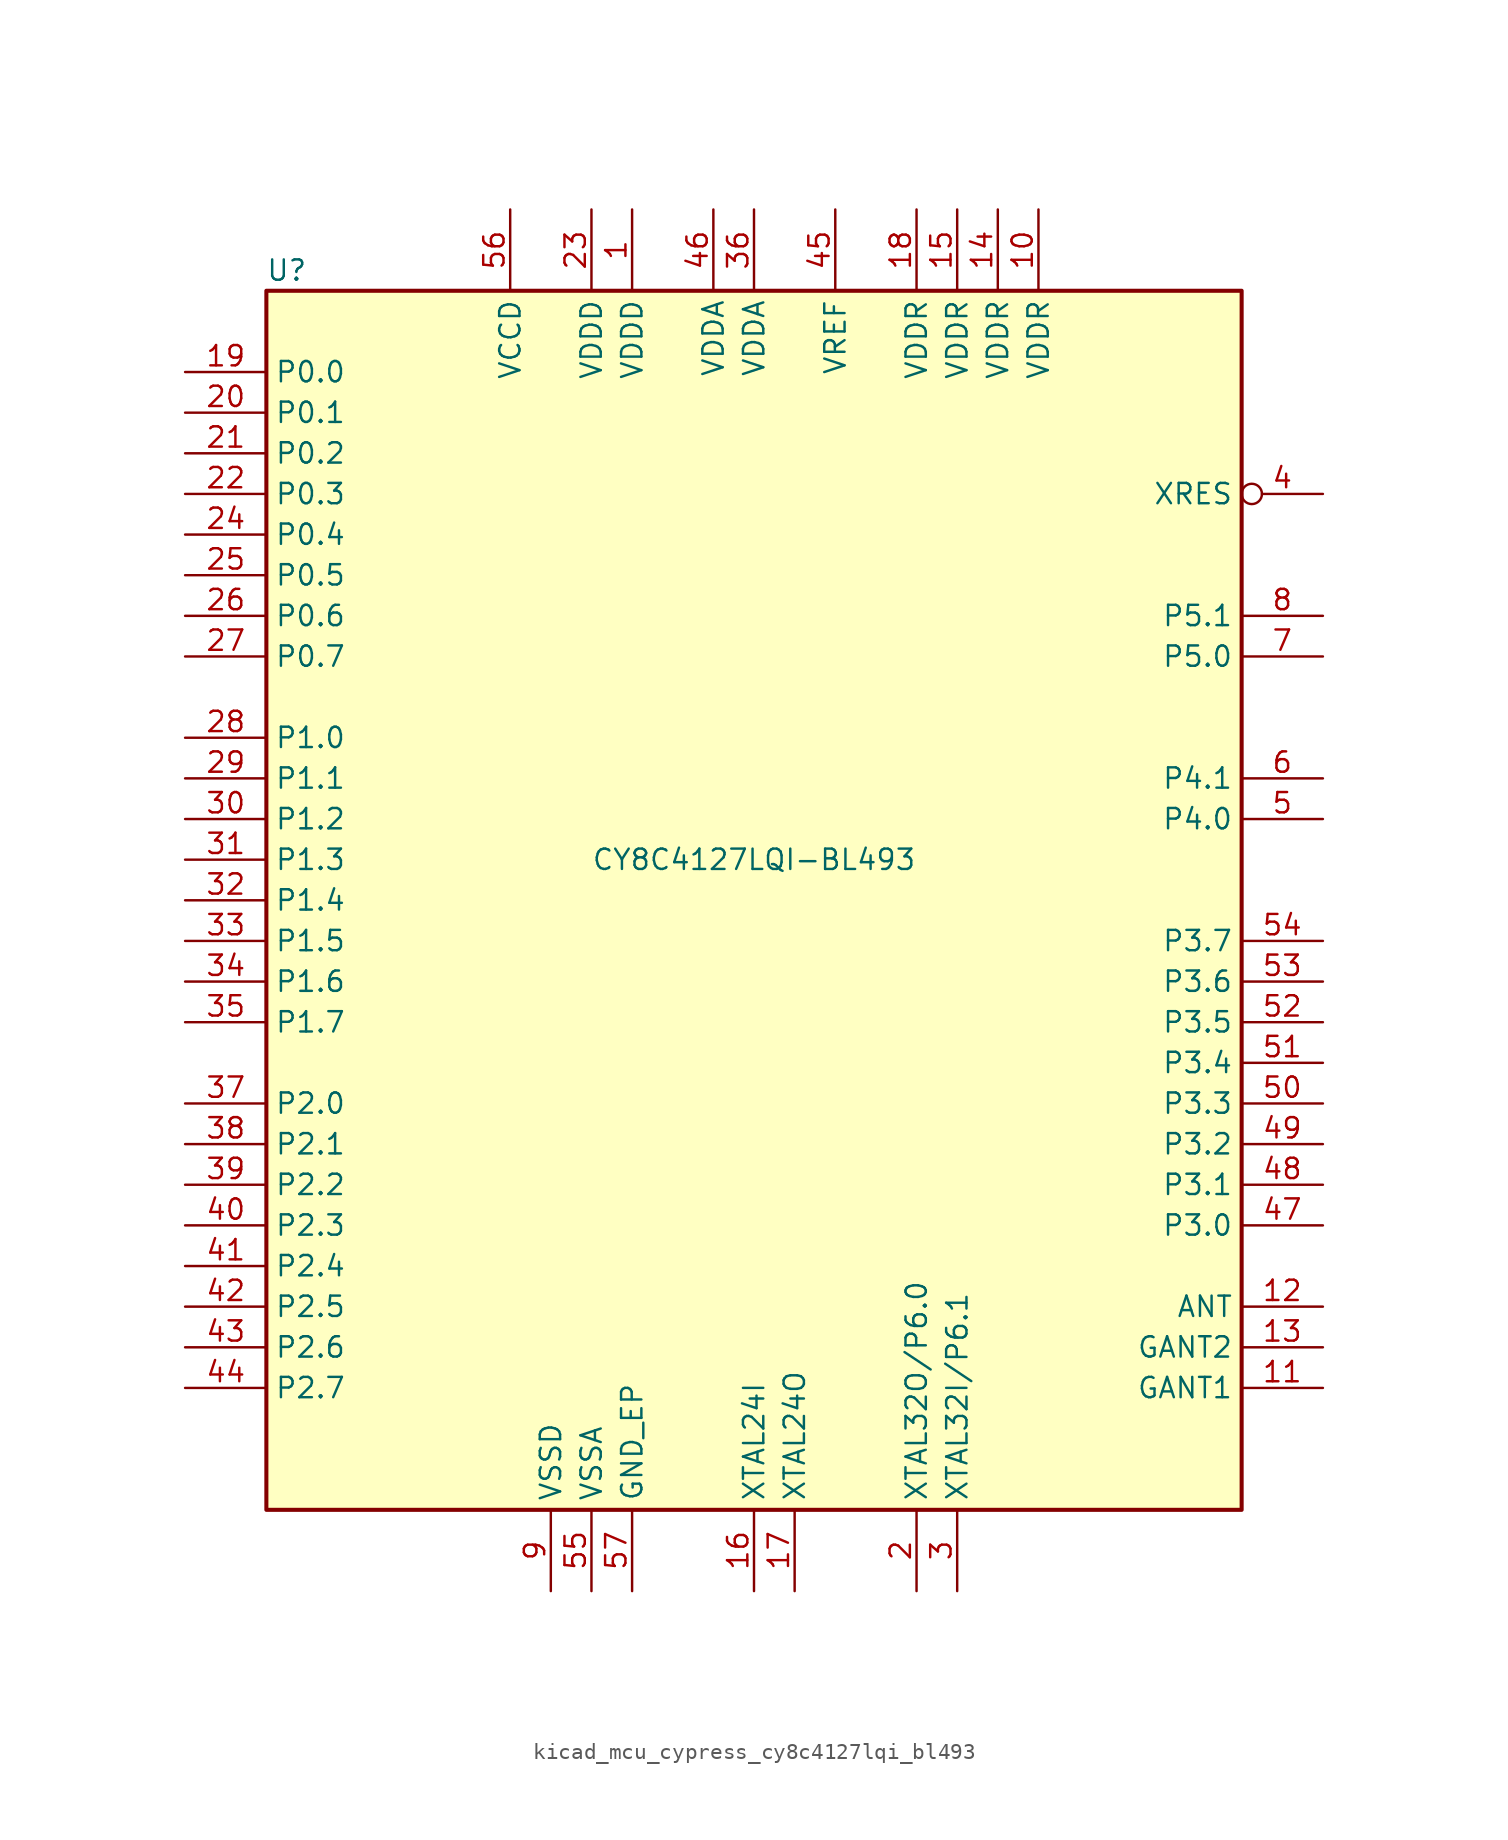
<source format=kicad_sym>
(kicad_symbol_lib
  (version 20220914)
  (generator kicad_symbol_editor)
  (symbol "kicad_mcu_cypress_cy8c4127lqi_bl493"
    (property "Reference" "U"
      (at -29.21 39.37 0)
      (effects (font (size 1.27 1.27))))
    (property "Value" "CY8C4127LQI-BL493"
      (at 0 2.54 0)
      (effects (font (size 1.27 1.27))))
    (symbol "kicad_mcu_cypress_cy8c4127lqi_bl493_1_0"
      (rectangle (start -30.48 -38.1) (end 30.48 38.1) (stroke (width 0.254) (type default)) (fill (type background))))
    (symbol "kicad_mcu_cypress_cy8c4127lqi_bl493_1_1"
      (pin power_in line (at -7.62 43.18 270) (length 5.08) (name "VDDD" (effects (font (size 1.27 1.27)))) (number "1" (effects (font (size 1.27 1.27)))))
      (pin power_in line (at 17.78 43.18 270) (length 5.08) (name "VDDR" (effects (font (size 1.27 1.27)))) (number "10" (effects (font (size 1.27 1.27)))))
      (pin power_in line (at 35.56 -30.48 180) (length 5.08) (name "GANT1" (effects (font (size 1.27 1.27)))) (number "11" (effects (font (size 1.27 1.27)))))
      (pin output line (at 35.56 -25.4 180) (length 5.08) (name "ANT" (effects (font (size 1.27 1.27)))) (number "12" (effects (font (size 1.27 1.27)))))
      (pin power_in line (at 35.56 -27.94 180) (length 5.08) (name "GANT2" (effects (font (size 1.27 1.27)))) (number "13" (effects (font (size 1.27 1.27)))))
      (pin power_in line (at 15.24 43.18 270) (length 5.08) (name "VDDR" (effects (font (size 1.27 1.27)))) (number "14" (effects (font (size 1.27 1.27)))))
      (pin power_in line (at 12.7 43.18 270) (length 5.08) (name "VDDR" (effects (font (size 1.27 1.27)))) (number "15" (effects (font (size 1.27 1.27)))))
      (pin input line (at 0 -43.18 90) (length 5.08) (name "XTAL24I" (effects (font (size 1.27 1.27)))) (number "16" (effects (font (size 1.27 1.27)))))
      (pin output line (at 2.54 -43.18 90) (length 5.08) (name "XTAL24O" (effects (font (size 1.27 1.27)))) (number "17" (effects (font (size 1.27 1.27)))))
      (pin power_in line (at 10.16 43.18 270) (length 5.08) (name "VDDR" (effects (font (size 1.27 1.27)))) (number "18" (effects (font (size 1.27 1.27)))))
      (pin bidirectional line (at -35.56 33.02 0) (length 5.08) (name "P0.0" (effects (font (size 1.27 1.27)))) (number "19" (effects (font (size 1.27 1.27)))))
      (pin bidirectional line (at 10.16 -43.18 90) (length 5.08) (name "XTAL32O/P6.0" (effects (font (size 1.27 1.27)))) (number "2" (effects (font (size 1.27 1.27)))))
      (pin bidirectional line (at -35.56 30.48 0) (length 5.08) (name "P0.1" (effects (font (size 1.27 1.27)))) (number "20" (effects (font (size 1.27 1.27)))))
      (pin bidirectional line (at -35.56 27.94 0) (length 5.08) (name "P0.2" (effects (font (size 1.27 1.27)))) (number "21" (effects (font (size 1.27 1.27)))))
      (pin bidirectional line (at -35.56 25.4 0) (length 5.08) (name "P0.3" (effects (font (size 1.27 1.27)))) (number "22" (effects (font (size 1.27 1.27)))))
      (pin power_in line (at -10.16 43.18 270) (length 5.08) (name "VDDD" (effects (font (size 1.27 1.27)))) (number "23" (effects (font (size 1.27 1.27)))))
      (pin bidirectional line (at -35.56 22.86 0) (length 5.08) (name "P0.4" (effects (font (size 1.27 1.27)))) (number "24" (effects (font (size 1.27 1.27)))))
      (pin bidirectional line (at -35.56 20.32 0) (length 5.08) (name "P0.5" (effects (font (size 1.27 1.27)))) (number "25" (effects (font (size 1.27 1.27)))))
      (pin bidirectional line (at -35.56 17.78 0) (length 5.08) (name "P0.6" (effects (font (size 1.27 1.27)))) (number "26" (effects (font (size 1.27 1.27)))))
      (pin bidirectional line (at -35.56 15.24 0) (length 5.08) (name "P0.7" (effects (font (size 1.27 1.27)))) (number "27" (effects (font (size 1.27 1.27)))))
      (pin bidirectional line (at -35.56 10.16 0) (length 5.08) (name "P1.0" (effects (font (size 1.27 1.27)))) (number "28" (effects (font (size 1.27 1.27)))))
      (pin bidirectional line (at -35.56 7.62 0) (length 5.08) (name "P1.1" (effects (font (size 1.27 1.27)))) (number "29" (effects (font (size 1.27 1.27)))))
      (pin bidirectional line (at 12.7 -43.18 90) (length 5.08) (name "XTAL32I/P6.1" (effects (font (size 1.27 1.27)))) (number "3" (effects (font (size 1.27 1.27)))))
      (pin bidirectional line (at -35.56 5.08 0) (length 5.08) (name "P1.2" (effects (font (size 1.27 1.27)))) (number "30" (effects (font (size 1.27 1.27)))))
      (pin bidirectional line (at -35.56 2.54 0) (length 5.08) (name "P1.3" (effects (font (size 1.27 1.27)))) (number "31" (effects (font (size 1.27 1.27)))))
      (pin bidirectional line (at -35.56 0 0) (length 5.08) (name "P1.4" (effects (font (size 1.27 1.27)))) (number "32" (effects (font (size 1.27 1.27)))))
      (pin bidirectional line (at -35.56 -2.54 0) (length 5.08) (name "P1.5" (effects (font (size 1.27 1.27)))) (number "33" (effects (font (size 1.27 1.27)))))
      (pin bidirectional line (at -35.56 -5.08 0) (length 5.08) (name "P1.6" (effects (font (size 1.27 1.27)))) (number "34" (effects (font (size 1.27 1.27)))))
      (pin bidirectional line (at -35.56 -7.62 0) (length 5.08) (name "P1.7" (effects (font (size 1.27 1.27)))) (number "35" (effects (font (size 1.27 1.27)))))
      (pin power_in line (at 0 43.18 270) (length 5.08) (name "VDDA" (effects (font (size 1.27 1.27)))) (number "36" (effects (font (size 1.27 1.27)))))
      (pin bidirectional line (at -35.56 -12.7 0) (length 5.08) (name "P2.0" (effects (font (size 1.27 1.27)))) (number "37" (effects (font (size 1.27 1.27)))))
      (pin bidirectional line (at -35.56 -15.24 0) (length 5.08) (name "P2.1" (effects (font (size 1.27 1.27)))) (number "38" (effects (font (size 1.27 1.27)))))
      (pin bidirectional line (at -35.56 -17.78 0) (length 5.08) (name "P2.2" (effects (font (size 1.27 1.27)))) (number "39" (effects (font (size 1.27 1.27)))))
      (pin input inverted (at 35.56 25.4 180) (length 5.08) (name "XRES" (effects (font (size 1.27 1.27)))) (number "4" (effects (font (size 1.27 1.27)))))
      (pin bidirectional line (at -35.56 -20.32 0) (length 5.08) (name "P2.3" (effects (font (size 1.27 1.27)))) (number "40" (effects (font (size 1.27 1.27)))))
      (pin bidirectional line (at -35.56 -22.86 0) (length 5.08) (name "P2.4" (effects (font (size 1.27 1.27)))) (number "41" (effects (font (size 1.27 1.27)))))
      (pin bidirectional line (at -35.56 -25.4 0) (length 5.08) (name "P2.5" (effects (font (size 1.27 1.27)))) (number "42" (effects (font (size 1.27 1.27)))))
      (pin bidirectional line (at -35.56 -27.94 0) (length 5.08) (name "P2.6" (effects (font (size 1.27 1.27)))) (number "43" (effects (font (size 1.27 1.27)))))
      (pin bidirectional line (at -35.56 -30.48 0) (length 5.08) (name "P2.7" (effects (font (size 1.27 1.27)))) (number "44" (effects (font (size 1.27 1.27)))))
      (pin passive line (at 5.08 43.18 270) (length 5.08) (name "VREF" (effects (font (size 1.27 1.27)))) (number "45" (effects (font (size 1.27 1.27)))))
      (pin power_in line (at -2.54 43.18 270) (length 5.08) (name "VDDA" (effects (font (size 1.27 1.27)))) (number "46" (effects (font (size 1.27 1.27)))))
      (pin bidirectional line (at 35.56 -20.32 180) (length 5.08) (name "P3.0" (effects (font (size 1.27 1.27)))) (number "47" (effects (font (size 1.27 1.27)))))
      (pin bidirectional line (at 35.56 -17.78 180) (length 5.08) (name "P3.1" (effects (font (size 1.27 1.27)))) (number "48" (effects (font (size 1.27 1.27)))))
      (pin bidirectional line (at 35.56 -15.24 180) (length 5.08) (name "P3.2" (effects (font (size 1.27 1.27)))) (number "49" (effects (font (size 1.27 1.27)))))
      (pin bidirectional line (at 35.56 5.08 180) (length 5.08) (name "P4.0" (effects (font (size 1.27 1.27)))) (number "5" (effects (font (size 1.27 1.27)))))
      (pin bidirectional line (at 35.56 -12.7 180) (length 5.08) (name "P3.3" (effects (font (size 1.27 1.27)))) (number "50" (effects (font (size 1.27 1.27)))))
      (pin bidirectional line (at 35.56 -10.16 180) (length 5.08) (name "P3.4" (effects (font (size 1.27 1.27)))) (number "51" (effects (font (size 1.27 1.27)))))
      (pin bidirectional line (at 35.56 -7.62 180) (length 5.08) (name "P3.5" (effects (font (size 1.27 1.27)))) (number "52" (effects (font (size 1.27 1.27)))))
      (pin bidirectional line (at 35.56 -5.08 180) (length 5.08) (name "P3.6" (effects (font (size 1.27 1.27)))) (number "53" (effects (font (size 1.27 1.27)))))
      (pin bidirectional line (at 35.56 -2.54 180) (length 5.08) (name "P3.7" (effects (font (size 1.27 1.27)))) (number "54" (effects (font (size 1.27 1.27)))))
      (pin power_in line (at -10.16 -43.18 90) (length 5.08) (name "VSSA" (effects (font (size 1.27 1.27)))) (number "55" (effects (font (size 1.27 1.27)))))
      (pin power_out line (at -15.24 43.18 270) (length 5.08) (name "VCCD" (effects (font (size 1.27 1.27)))) (number "56" (effects (font (size 1.27 1.27)))))
      (pin power_in line (at -7.62 -43.18 90) (length 5.08) (name "GND_EP" (effects (font (size 1.27 1.27)))) (number "57" (effects (font (size 1.27 1.27)))))
      (pin bidirectional line (at 35.56 7.62 180) (length 5.08) (name "P4.1" (effects (font (size 1.27 1.27)))) (number "6" (effects (font (size 1.27 1.27)))))
      (pin bidirectional line (at 35.56 15.24 180) (length 5.08) (name "P5.0" (effects (font (size 1.27 1.27)))) (number "7" (effects (font (size 1.27 1.27)))))
      (pin bidirectional line (at 35.56 17.78 180) (length 5.08) (name "P5.1" (effects (font (size 1.27 1.27)))) (number "8" (effects (font (size 1.27 1.27)))))
      (pin power_in line (at -12.7 -43.18 90) (length 5.08) (name "VSSD" (effects (font (size 1.27 1.27)))) (number "9" (effects (font (size 1.27 1.27))))))))
</source>
